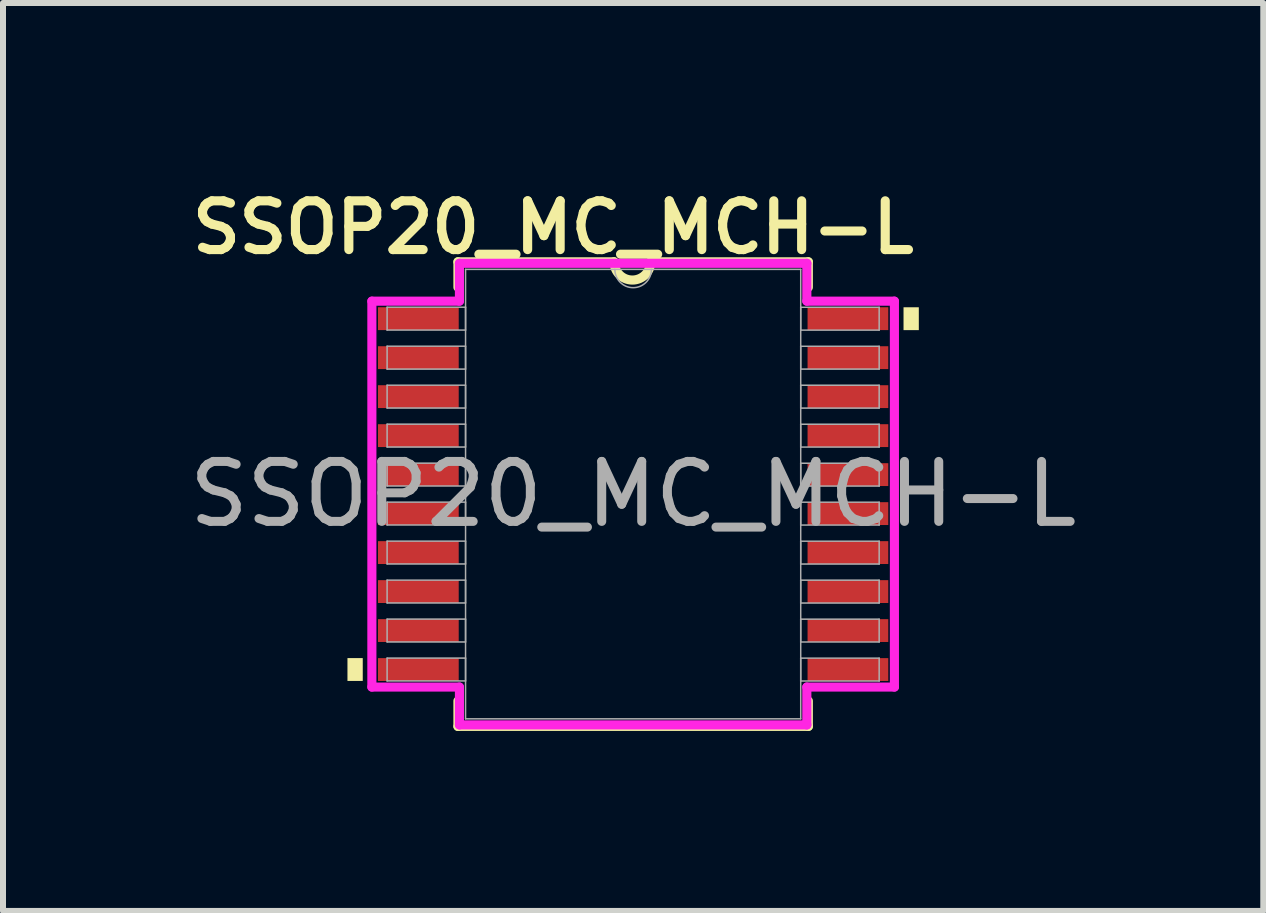
<source format=kicad_pcb>
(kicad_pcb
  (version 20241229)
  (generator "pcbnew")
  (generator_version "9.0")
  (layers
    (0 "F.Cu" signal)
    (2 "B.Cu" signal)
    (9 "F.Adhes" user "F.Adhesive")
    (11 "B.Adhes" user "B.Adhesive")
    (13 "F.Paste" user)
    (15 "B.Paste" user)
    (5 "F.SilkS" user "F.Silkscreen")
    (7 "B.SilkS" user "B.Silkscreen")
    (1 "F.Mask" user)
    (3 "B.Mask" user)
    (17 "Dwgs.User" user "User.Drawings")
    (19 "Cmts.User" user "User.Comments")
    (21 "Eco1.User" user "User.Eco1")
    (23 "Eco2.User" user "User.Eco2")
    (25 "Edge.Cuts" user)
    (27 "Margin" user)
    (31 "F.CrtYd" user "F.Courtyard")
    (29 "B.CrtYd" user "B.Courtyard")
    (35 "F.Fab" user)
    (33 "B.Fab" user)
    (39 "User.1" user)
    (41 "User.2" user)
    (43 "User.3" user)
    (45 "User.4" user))
  (footprint "SSOP20_MC_MCH-L"
    (layer "F.Cu")
    (at 7.506 5.188)
    (property "Reference" "SSOP20_MC_MCH-L" (at -1.333 -4.445 0) (unlocked yes) (layer "F.SilkS") (effects (font (size 0.813 0.813) (thickness 0.152) (bold yes))))
    (attr smd)
    (fp_line (start -2.921 -3.873) (end -2.921 -3.448) (stroke (width 0.152) (type solid)) (layer "F.SilkS"))
    (fp_line (start -2.921 3.448) (end -2.921 3.873) (stroke (width 0.152) (type solid)) (layer "F.SilkS"))
    (fp_line (start -2.921 3.873) (end 2.921 3.873) (stroke (width 0.152) (type solid)) (layer "F.SilkS"))
    (fp_line (start -0.318 -3.873) (end -2.921 -3.873) (stroke (width 0.152) (type solid)) (layer "F.SilkS"))
    (fp_line (start 2.921 -3.873) (end 0.292 -3.873) (stroke (width 0.152) (type solid)) (layer "F.SilkS"))
    (fp_line (start 2.921 -3.448) (end 2.921 -3.873) (stroke (width 0.152) (type solid)) (layer "F.SilkS"))
    (fp_line (start 2.921 3.873) (end 2.921 3.448) (stroke (width 0.152) (type solid)) (layer "F.SilkS"))
    (fp_arc (start 0.2921 -3.8735) (mid -0.0127 -3.5687) (end -0.3175 -3.8735) (stroke (width 0.1524) (type solid)) (layer "F.SilkS"))
    (fp_poly (pts (xy -4.763 2.734) (xy -4.763 3.115) (xy -4.508 3.115) (xy -4.508 2.734)) (stroke (width 0) (type solid)) (fill yes) (layer "F.SilkS"))
    (fp_poly (pts (xy 4.763 -3.115) (xy 4.763 -2.734) (xy 4.508 -2.734) (xy 4.508 -3.115)) (stroke (width 0) (type solid)) (fill yes) (layer "F.SilkS"))
    (fp_line (start -4.356 -3.217) (end -2.896 -3.217) (stroke (width 0.152) (type solid)) (layer "F.CrtYd"))
    (fp_line (start -4.356 3.217) (end -4.356 -3.217) (stroke (width 0.152) (type solid)) (layer "F.CrtYd"))
    (fp_line (start -4.356 3.217) (end -2.896 3.217) (stroke (width 0.152) (type solid)) (layer "F.CrtYd"))
    (fp_line (start -2.896 -3.848) (end 2.896 -3.848) (stroke (width 0.152) (type solid)) (layer "F.CrtYd"))
    (fp_line (start -2.896 -3.217) (end -2.896 -3.848) (stroke (width 0.152) (type solid)) (layer "F.CrtYd"))
    (fp_line (start -2.896 3.848) (end -2.896 3.217) (stroke (width 0.152) (type solid)) (layer "F.CrtYd"))
    (fp_line (start 2.896 -3.848) (end 2.896 -3.217) (stroke (width 0.152) (type solid)) (layer "F.CrtYd"))
    (fp_line (start 2.896 3.217) (end 2.896 3.848) (stroke (width 0.152) (type solid)) (layer "F.CrtYd"))
    (fp_line (start 2.896 3.848) (end -2.896 3.848) (stroke (width 0.152) (type solid)) (layer "F.CrtYd"))
    (fp_line (start 4.356 -3.217) (end 2.896 -3.217) (stroke (width 0.152) (type solid)) (layer "F.CrtYd"))
    (fp_line (start 4.356 -3.217) (end 4.356 3.217) (stroke (width 0.152) (type solid)) (layer "F.CrtYd"))
    (fp_line (start 4.356 3.217) (end 2.896 3.217) (stroke (width 0.152) (type solid)) (layer "F.CrtYd"))
    (fp_line (start -4.102 -3.116) (end -4.102 -2.735) (stroke (width 0.025) (type solid)) (layer "F.Fab"))
    (fp_line (start -4.102 -2.735) (end -2.794 -2.735) (stroke (width 0.025) (type solid)) (layer "F.Fab"))
    (fp_line (start -4.102 -2.466) (end -4.102 -2.084) (stroke (width 0.025) (type solid)) (layer "F.Fab"))
    (fp_line (start -4.102 -2.084) (end -2.794 -2.084) (stroke (width 0.025) (type solid)) (layer "F.Fab"))
    (fp_line (start -4.102 -1.816) (end -4.102 -1.435) (stroke (width 0.025) (type solid)) (layer "F.Fab"))
    (fp_line (start -4.102 -1.435) (end -2.794 -1.435) (stroke (width 0.025) (type solid)) (layer "F.Fab"))
    (fp_line (start -4.102 -1.166) (end -4.102 -0.785) (stroke (width 0.025) (type solid)) (layer "F.Fab"))
    (fp_line (start -4.102 -0.785) (end -2.794 -0.785) (stroke (width 0.025) (type solid)) (layer "F.Fab"))
    (fp_line (start -4.102 -0.516) (end -4.102 -0.135) (stroke (width 0.025) (type solid)) (layer "F.Fab"))
    (fp_line (start -4.102 -0.135) (end -2.794 -0.135) (stroke (width 0.025) (type solid)) (layer "F.Fab"))
    (fp_line (start -4.102 0.134) (end -4.102 0.515) (stroke (width 0.025) (type solid)) (layer "F.Fab"))
    (fp_line (start -4.102 0.515) (end -2.794 0.515) (stroke (width 0.025) (type solid)) (layer "F.Fab"))
    (fp_line (start -4.102 0.784) (end -4.102 1.165) (stroke (width 0.025) (type solid)) (layer "F.Fab"))
    (fp_line (start -4.102 1.165) (end -2.794 1.165) (stroke (width 0.025) (type solid)) (layer "F.Fab"))
    (fp_line (start -4.102 1.434) (end -4.102 1.815) (stroke (width 0.025) (type solid)) (layer "F.Fab"))
    (fp_line (start -4.102 1.815) (end -2.794 1.815) (stroke (width 0.025) (type solid)) (layer "F.Fab"))
    (fp_line (start -4.102 2.084) (end -4.102 2.465) (stroke (width 0.025) (type solid)) (layer "F.Fab"))
    (fp_line (start -4.102 2.465) (end -2.794 2.465) (stroke (width 0.025) (type solid)) (layer "F.Fab"))
    (fp_line (start -4.102 2.734) (end -4.102 3.115) (stroke (width 0.025) (type solid)) (layer "F.Fab"))
    (fp_line (start -4.102 3.115) (end -2.794 3.115) (stroke (width 0.025) (type solid)) (layer "F.Fab"))
    (fp_line (start -2.794 -3.747) (end -2.794 3.747) (stroke (width 0.025) (type solid)) (layer "F.Fab"))
    (fp_line (start -2.794 -3.116) (end -4.102 -3.116) (stroke (width 0.025) (type solid)) (layer "F.Fab"))
    (fp_line (start -2.794 -2.735) (end -2.794 -3.116) (stroke (width 0.025) (type solid)) (layer "F.Fab"))
    (fp_line (start -2.794 -2.466) (end -4.102 -2.466) (stroke (width 0.025) (type solid)) (layer "F.Fab"))
    (fp_line (start -2.794 -2.084) (end -2.794 -2.466) (stroke (width 0.025) (type solid)) (layer "F.Fab"))
    (fp_line (start -2.794 -1.816) (end -4.102 -1.816) (stroke (width 0.025) (type solid)) (layer "F.Fab"))
    (fp_line (start -2.794 -1.435) (end -2.794 -1.816) (stroke (width 0.025) (type solid)) (layer "F.Fab"))
    (fp_line (start -2.794 -1.166) (end -4.102 -1.166) (stroke (width 0.025) (type solid)) (layer "F.Fab"))
    (fp_line (start -2.794 -0.785) (end -2.794 -1.166) (stroke (width 0.025) (type solid)) (layer "F.Fab"))
    (fp_line (start -2.794 -0.516) (end -4.102 -0.516) (stroke (width 0.025) (type solid)) (layer "F.Fab"))
    (fp_line (start -2.794 -0.135) (end -2.794 -0.516) (stroke (width 0.025) (type solid)) (layer "F.Fab"))
    (fp_line (start -2.794 0.134) (end -4.102 0.134) (stroke (width 0.025) (type solid)) (layer "F.Fab"))
    (fp_line (start -2.794 0.515) (end -2.794 0.134) (stroke (width 0.025) (type solid)) (layer "F.Fab"))
    (fp_line (start -2.794 0.784) (end -4.102 0.784) (stroke (width 0.025) (type solid)) (layer "F.Fab"))
    (fp_line (start -2.794 1.165) (end -2.794 0.784) (stroke (width 0.025) (type solid)) (layer "F.Fab"))
    (fp_line (start -2.794 1.434) (end -4.102 1.434) (stroke (width 0.025) (type solid)) (layer "F.Fab"))
    (fp_line (start -2.794 1.815) (end -2.794 1.434) (stroke (width 0.025) (type solid)) (layer "F.Fab"))
    (fp_line (start -2.794 2.084) (end -4.102 2.084) (stroke (width 0.025) (type solid)) (layer "F.Fab"))
    (fp_line (start -2.794 2.465) (end -2.794 2.084) (stroke (width 0.025) (type solid)) (layer "F.Fab"))
    (fp_line (start -2.794 2.734) (end -4.102 2.734) (stroke (width 0.025) (type solid)) (layer "F.Fab"))
    (fp_line (start -2.794 3.115) (end -2.794 2.734) (stroke (width 0.025) (type solid)) (layer "F.Fab"))
    (fp_line (start -2.794 3.747) (end 2.794 3.747) (stroke (width 0.025) (type solid)) (layer "F.Fab"))
    (fp_line (start 2.794 -3.747) (end -2.794 -3.747) (stroke (width 0.025) (type solid)) (layer "F.Fab"))
    (fp_line (start 2.794 -3.115) (end 2.794 -2.734) (stroke (width 0.025) (type solid)) (layer "F.Fab"))
    (fp_line (start 2.794 -2.734) (end 4.102 -2.734) (stroke (width 0.025) (type solid)) (layer "F.Fab"))
    (fp_line (start 2.794 -2.465) (end 2.794 -2.084) (stroke (width 0.025) (type solid)) (layer "F.Fab"))
    (fp_line (start 2.794 -2.084) (end 4.102 -2.084) (stroke (width 0.025) (type solid)) (layer "F.Fab"))
    (fp_line (start 2.794 -1.815) (end 2.794 -1.434) (stroke (width 0.025) (type solid)) (layer "F.Fab"))
    (fp_line (start 2.794 -1.434) (end 4.102 -1.434) (stroke (width 0.025) (type solid)) (layer "F.Fab"))
    (fp_line (start 2.794 -1.165) (end 2.794 -0.784) (stroke (width 0.025) (type solid)) (layer "F.Fab"))
    (fp_line (start 2.794 -0.784) (end 4.102 -0.784) (stroke (width 0.025) (type solid)) (layer "F.Fab"))
    (fp_line (start 2.794 -0.515) (end 2.794 -0.134) (stroke (width 0.025) (type solid)) (layer "F.Fab"))
    (fp_line (start 2.794 -0.134) (end 4.102 -0.134) (stroke (width 0.025) (type solid)) (layer "F.Fab"))
    (fp_line (start 2.794 0.135) (end 2.794 0.516) (stroke (width 0.025) (type solid)) (layer "F.Fab"))
    (fp_line (start 2.794 0.516) (end 4.102 0.516) (stroke (width 0.025) (type solid)) (layer "F.Fab"))
    (fp_line (start 2.794 0.785) (end 2.794 1.166) (stroke (width 0.025) (type solid)) (layer "F.Fab"))
    (fp_line (start 2.794 1.166) (end 4.102 1.166) (stroke (width 0.025) (type solid)) (layer "F.Fab"))
    (fp_line (start 2.794 1.435) (end 2.794 1.816) (stroke (width 0.025) (type solid)) (layer "F.Fab"))
    (fp_line (start 2.794 1.816) (end 4.102 1.816) (stroke (width 0.025) (type solid)) (layer "F.Fab"))
    (fp_line (start 2.794 2.085) (end 2.794 2.466) (stroke (width 0.025) (type solid)) (layer "F.Fab"))
    (fp_line (start 2.794 2.466) (end 4.102 2.466) (stroke (width 0.025) (type solid)) (layer "F.Fab"))
    (fp_line (start 2.794 2.735) (end 2.794 3.116) (stroke (width 0.025) (type solid)) (layer "F.Fab"))
    (fp_line (start 2.794 3.116) (end 4.102 3.116) (stroke (width 0.025) (type solid)) (layer "F.Fab"))
    (fp_line (start 2.794 3.747) (end 2.794 -3.747) (stroke (width 0.025) (type solid)) (layer "F.Fab"))
    (fp_line (start 4.102 -3.115) (end 2.794 -3.115) (stroke (width 0.025) (type solid)) (layer "F.Fab"))
    (fp_line (start 4.102 -2.734) (end 4.102 -3.115) (stroke (width 0.025) (type solid)) (layer "F.Fab"))
    (fp_line (start 4.102 -2.465) (end 2.794 -2.465) (stroke (width 0.025) (type solid)) (layer "F.Fab"))
    (fp_line (start 4.102 -2.084) (end 4.102 -2.465) (stroke (width 0.025) (type solid)) (layer "F.Fab"))
    (fp_line (start 4.102 -1.815) (end 2.794 -1.815) (stroke (width 0.025) (type solid)) (layer "F.Fab"))
    (fp_line (start 4.102 -1.434) (end 4.102 -1.815) (stroke (width 0.025) (type solid)) (layer "F.Fab"))
    (fp_line (start 4.102 -1.165) (end 2.794 -1.165) (stroke (width 0.025) (type solid)) (layer "F.Fab"))
    (fp_line (start 4.102 -0.784) (end 4.102 -1.165) (stroke (width 0.025) (type solid)) (layer "F.Fab"))
    (fp_line (start 4.102 -0.515) (end 2.794 -0.515) (stroke (width 0.025) (type solid)) (layer "F.Fab"))
    (fp_line (start 4.102 -0.134) (end 4.102 -0.515) (stroke (width 0.025) (type solid)) (layer "F.Fab"))
    (fp_line (start 4.102 0.135) (end 2.794 0.135) (stroke (width 0.025) (type solid)) (layer "F.Fab"))
    (fp_line (start 4.102 0.516) (end 4.102 0.135) (stroke (width 0.025) (type solid)) (layer "F.Fab"))
    (fp_line (start 4.102 0.785) (end 2.794 0.785) (stroke (width 0.025) (type solid)) (layer "F.Fab"))
    (fp_line (start 4.102 1.166) (end 4.102 0.785) (stroke (width 0.025) (type solid)) (layer "F.Fab"))
    (fp_line (start 4.102 1.435) (end 2.794 1.435) (stroke (width 0.025) (type solid)) (layer "F.Fab"))
    (fp_line (start 4.102 1.816) (end 4.102 1.435) (stroke (width 0.025) (type solid)) (layer "F.Fab"))
    (fp_line (start 4.102 2.085) (end 2.794 2.085) (stroke (width 0.025) (type solid)) (layer "F.Fab"))
    (fp_line (start 4.102 2.466) (end 4.102 2.085) (stroke (width 0.025) (type solid)) (layer "F.Fab"))
    (fp_line (start 4.102 2.735) (end 2.794 2.735) (stroke (width 0.025) (type solid)) (layer "F.Fab"))
    (fp_line (start 4.102 3.116) (end 4.102 2.735) (stroke (width 0.025) (type solid)) (layer "F.Fab"))
    (fp_arc (start 0.3048 -3.7465) (mid 0 -3.4417) (end -0.3048 -3.7465) (stroke (width 0.0254) (type solid)) (layer "F.Fab"))
    (fp_text user "${REFERENCE}" (at 0 0 0) (unlocked yes) (layer "F.Fab") (effects (font (size 1 1) (thickness 0.15))))
    (pad "1" smd rect (at -3.581 -2.925) (size 1.346 0.381) (layers "F.Cu" "F.Mask" "F.Paste"))
    (pad "2" smd rect (at -3.581 -2.275) (size 1.346 0.381) (layers "F.Cu" "F.Mask" "F.Paste"))
    (pad "3" smd rect (at -3.581 -1.625) (size 1.346 0.381) (layers "F.Cu" "F.Mask" "F.Paste"))
    (pad "4" smd rect (at -3.581 -0.975) (size 1.346 0.381) (layers "F.Cu" "F.Mask" "F.Paste"))
    (pad "5" smd rect (at -3.581 -0.325) (size 1.346 0.381) (layers "F.Cu" "F.Mask" "F.Paste"))
    (pad "6" smd rect (at -3.581 0.325) (size 1.346 0.381) (layers "F.Cu" "F.Mask" "F.Paste"))
    (pad "7" smd rect (at -3.581 0.975) (size 1.346 0.381) (layers "F.Cu" "F.Mask" "F.Paste"))
    (pad "8" smd rect (at -3.581 1.625) (size 1.346 0.381) (layers "F.Cu" "F.Mask" "F.Paste"))
    (pad "9" smd rect (at -3.581 2.275) (size 1.346 0.381) (layers "F.Cu" "F.Mask" "F.Paste"))
    (pad "10" smd rect (at -3.581 2.925) (size 1.346 0.381) (layers "F.Cu" "F.Mask" "F.Paste"))
    (pad "11" smd rect (at 3.581 2.925) (size 1.346 0.381) (layers "F.Cu" "F.Mask" "F.Paste"))
    (pad "12" smd rect (at 3.581 2.275) (size 1.346 0.381) (layers "F.Cu" "F.Mask" "F.Paste"))
    (pad "13" smd rect (at 3.581 1.625) (size 1.346 0.381) (layers "F.Cu" "F.Mask" "F.Paste"))
    (pad "14" smd rect (at 3.581 0.975) (size 1.346 0.381) (layers "F.Cu" "F.Mask" "F.Paste"))
    (pad "15" smd rect (at 3.581 0.325) (size 1.346 0.381) (layers "F.Cu" "F.Mask" "F.Paste"))
    (pad "16" smd rect (at 3.581 -0.325) (size 1.346 0.381) (layers "F.Cu" "F.Mask" "F.Paste"))
    (pad "17" smd rect (at 3.581 -0.975) (size 1.346 0.381) (layers "F.Cu" "F.Mask" "F.Paste"))
    (pad "18" smd rect (at 3.581 -1.625) (size 1.346 0.381) (layers "F.Cu" "F.Mask" "F.Paste"))
    (pad "19" smd rect (at 3.581 -2.275) (size 1.346 0.381) (layers "F.Cu" "F.Mask" "F.Paste"))
    (pad "20" smd rect (at 3.581 -2.925) (size 1.346 0.381) (layers "F.Cu" "F.Mask" "F.Paste")))
  (gr_rect
    (start -3 -3)
    (end 18.012 12.138)
    (stroke (width 0.1) (type default))
    (fill no)
    (layer "Edge.Cuts")))
</source>
